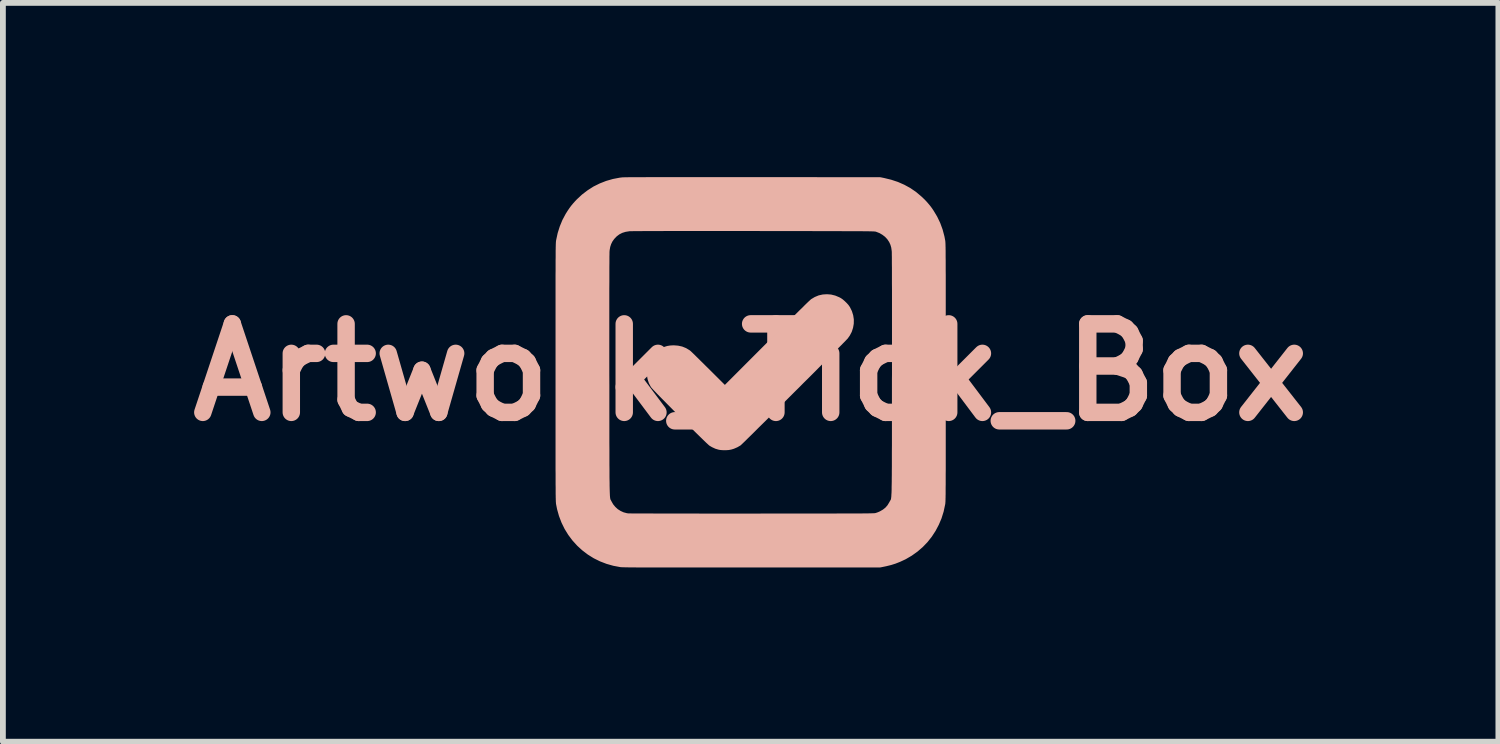
<source format=kicad_pcb>
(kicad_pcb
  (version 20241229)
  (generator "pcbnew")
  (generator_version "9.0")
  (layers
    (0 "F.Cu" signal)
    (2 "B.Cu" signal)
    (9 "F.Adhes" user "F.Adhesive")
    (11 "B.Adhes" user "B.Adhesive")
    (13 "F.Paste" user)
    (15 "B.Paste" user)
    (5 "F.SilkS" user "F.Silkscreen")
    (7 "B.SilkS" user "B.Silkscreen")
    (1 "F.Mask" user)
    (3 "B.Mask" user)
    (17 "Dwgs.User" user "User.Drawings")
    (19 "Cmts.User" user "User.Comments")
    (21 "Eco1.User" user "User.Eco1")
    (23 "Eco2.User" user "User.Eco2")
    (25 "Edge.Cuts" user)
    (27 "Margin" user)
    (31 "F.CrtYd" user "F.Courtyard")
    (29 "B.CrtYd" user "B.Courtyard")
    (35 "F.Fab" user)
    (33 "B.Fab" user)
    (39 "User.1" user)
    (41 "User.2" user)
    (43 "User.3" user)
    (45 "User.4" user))
  (footprint "Artwork_Tick_Box"
    (layer "F.Cu")
    (at 9.877 3.362)
    (property "Reference" "Artwork_Tick_Box" (at 0 0 0) (layer "B.SilkS") (effects (font (size 1.524 1.524) (thickness 0.3))))
    (attr through_hole)
    (fp_poly (pts (xy 1.727 -0.907) (xy 1.726 -0.842) (xy 1.715 -0.779) (xy 1.695 -0.717) (xy 1.664 -0.658) (xy 1.632 -0.613) (xy 1.624 -0.605) (xy 1.609 -0.589) (xy 1.588 -0.567) (xy 1.56 -0.539) (xy 1.526 -0.504) (xy 1.486 -0.464) (xy 1.441 -0.418) (xy 1.391 -0.368) (xy 1.337 -0.314) (xy 1.279 -0.256) (xy 1.218 -0.194) (xy 1.153 -0.13) (xy 1.086 -0.062) (xy 1.017 0.007) (xy 0.946 0.078) (xy 0.873 0.15) (xy 0.8 0.224) (xy 0.726 0.297) (xy 0.652 0.371) (xy 0.579 0.444) (xy 0.506 0.517) (xy 0.435 0.588) (xy 0.365 0.658) (xy 0.297 0.725) (xy 0.232 0.79) (xy 0.169 0.852) (xy 0.11 0.91) (xy 0.055 0.965) (xy 0.004 1.016) (xy -0.043 1.062) (xy -0.084 1.102) (xy -0.12 1.138) (xy -0.15 1.167) (xy -0.174 1.19) (xy -0.191 1.206) (xy -0.2 1.215) (xy -0.202 1.217) (xy -0.25 1.245) (xy -0.305 1.269) (xy -0.345 1.281) (xy -0.382 1.288) (xy -0.425 1.291) (xy -0.47 1.291) (xy -0.513 1.288) (xy -0.538 1.284) (xy -0.589 1.269) (xy -0.641 1.245) (xy -0.679 1.223) (xy -0.689 1.215) (xy -0.705 1.2) (xy -0.728 1.179) (xy -0.757 1.151) (xy -0.791 1.118) (xy -0.83 1.08) (xy -0.873 1.038) (xy -0.92 0.992) (xy -0.969 0.943) (xy -1.021 0.892) (xy -1.074 0.839) (xy -1.129 0.784) (xy -1.184 0.729) (xy -1.239 0.674) (xy -1.293 0.62) (xy -1.346 0.566) (xy -1.398 0.514) (xy -1.446 0.465) (xy -1.492 0.419) (xy -1.534 0.376) (xy -1.572 0.337) (xy -1.604 0.303) (xy -1.632 0.274) (xy -1.653 0.251) (xy -1.668 0.235) (xy -1.675 0.225) (xy -1.676 0.225) (xy -1.706 0.168) (xy -1.726 0.107) (xy -1.737 0.043) (xy -1.738 -0.026) (xy -1.731 -0.087) (xy -1.717 -0.143) (xy -1.693 -0.195) (xy -1.66 -0.245) (xy -1.617 -0.293) (xy -1.615 -0.296) (xy -1.591 -0.319) (xy -1.571 -0.336) (xy -1.552 -0.35) (xy -1.53 -0.363) (xy -1.513 -0.371) (xy -1.468 -0.392) (xy -1.425 -0.405) (xy -1.382 -0.412) (xy -1.334 -0.415) (xy -1.322 -0.415) (xy -1.257 -0.41) (xy -1.193 -0.396) (xy -1.134 -0.372) (xy -1.081 -0.34) (xy -1.074 -0.335) (xy -1.067 -0.329) (xy -1.052 -0.315) (xy -1.031 -0.295) (xy -1.004 -0.269) (xy -0.972 -0.237) (xy -0.935 -0.201) (xy -0.895 -0.161) (xy -0.851 -0.118) (xy -0.805 -0.072) (xy -0.756 -0.024) (xy -0.748 -0.016) (xy -0.444 0.287) (xy 0.295 -0.453) (xy 0.371 -0.529) (xy 0.445 -0.603) (xy 0.517 -0.675) (xy 0.587 -0.744) (xy 0.653 -0.81) (xy 0.716 -0.872) (xy 0.775 -0.931) (xy 0.83 -0.985) (xy 0.88 -1.035) (xy 0.926 -1.079) (xy 0.965 -1.119) (xy 0.999 -1.152) (xy 1.027 -1.179) (xy 1.049 -1.199) (xy 1.063 -1.212) (xy 1.069 -1.218) (xy 1.126 -1.252) (xy 1.186 -1.277) (xy 1.249 -1.291) (xy 1.314 -1.295) (xy 1.378 -1.29) (xy 1.442 -1.274) (xy 1.504 -1.248) (xy 1.527 -1.236) (xy 1.556 -1.216) (xy 1.587 -1.189) (xy 1.618 -1.159) (xy 1.645 -1.129) (xy 1.665 -1.1) (xy 1.667 -1.097) (xy 1.697 -1.036) (xy 1.717 -0.972) (xy 1.727 -0.907)) (stroke (width 0.1) (type solid)) (fill yes) (layer "B.SilkS"))
    (fp_poly (pts (xy 3.31 0) (xy 3.31 0.186) (xy 3.31 0.362) (xy 3.31 0.527) (xy 3.31 0.682) (xy 3.31 0.828) (xy 3.31 0.964) (xy 3.31 1.09) (xy 3.31 1.209) (xy 3.31 1.318) (xy 3.31 1.42) (xy 3.31 1.514) (xy 3.31 1.6) (xy 3.31 1.679) (xy 3.309 1.752) (xy 3.309 1.818) (xy 3.309 1.877) (xy 3.309 1.931) (xy 3.308 1.98) (xy 3.308 2.023) (xy 3.308 2.062) (xy 3.308 2.096) (xy 3.307 2.125) (xy 3.307 2.151) (xy 3.306 2.174) (xy 3.306 2.193) (xy 3.305 2.209) (xy 3.305 2.223) (xy 3.304 2.234) (xy 3.303 2.244) (xy 3.303 2.252) (xy 3.302 2.258) (xy 3.301 2.264) (xy 3.3 2.269) (xy 3.275 2.386) (xy 3.24 2.498) (xy 3.195 2.604) (xy 3.141 2.706) (xy 3.079 2.801) (xy 3.008 2.891) (xy 2.929 2.973) (xy 2.842 3.048) (xy 2.748 3.115) (xy 2.647 3.174) (xy 2.628 3.183) (xy 2.555 3.217) (xy 2.484 3.245) (xy 2.484 -0.878) (xy 2.484 -1.03) (xy 2.484 -1.172) (xy 2.484 -1.303) (xy 2.484 -1.424) (xy 2.483 -1.535) (xy 2.483 -1.635) (xy 2.483 -1.725) (xy 2.483 -1.806) (xy 2.482 -1.876) (xy 2.482 -1.937) (xy 2.482 -1.987) (xy 2.481 -2.029) (xy 2.481 -2.06) (xy 2.48 -2.082) (xy 2.48 -2.095) (xy 2.479 -2.096) (xy 2.47 -2.16) (xy 2.453 -2.217) (xy 2.429 -2.269) (xy 2.396 -2.318) (xy 2.391 -2.325) (xy 2.348 -2.371) (xy 2.297 -2.41) (xy 2.241 -2.443) (xy 2.182 -2.466) (xy 2.16 -2.473) (xy 2.156 -2.473) (xy 2.152 -2.474) (xy 2.145 -2.475) (xy 2.137 -2.475) (xy 2.127 -2.476) (xy 2.114 -2.477) (xy 2.098 -2.477) (xy 2.079 -2.478) (xy 2.057 -2.478) (xy 2.031 -2.479) (xy 2.001 -2.479) (xy 1.967 -2.479) (xy 1.927 -2.48) (xy 1.883 -2.48) (xy 1.833 -2.48) (xy 1.777 -2.481) (xy 1.715 -2.481) (xy 1.647 -2.481) (xy 1.572 -2.481) (xy 1.49 -2.482) (xy 1.4 -2.482) (xy 1.303 -2.482) (xy 1.197 -2.482) (xy 1.084 -2.482) (xy 0.961 -2.483) (xy 0.829 -2.483) (xy 0.688 -2.483) (xy 0.537 -2.483) (xy 0.376 -2.483) (xy 0.205 -2.483) (xy 0.044 -2.484) (xy -0.162 -2.484) (xy -0.357 -2.484) (xy -0.541 -2.484) (xy -0.715 -2.484) (xy -0.878 -2.484) (xy -1.03 -2.484) (xy -1.172 -2.484) (xy -1.303 -2.484) (xy -1.424 -2.484) (xy -1.535 -2.483) (xy -1.635 -2.483) (xy -1.725 -2.483) (xy -1.806 -2.483) (xy -1.876 -2.482) (xy -1.937 -2.482) (xy -1.987 -2.482) (xy -2.029 -2.481) (xy -2.06 -2.481) (xy -2.082 -2.48) (xy -2.095 -2.48) (xy -2.096 -2.479) (xy -2.166 -2.468) (xy -2.23 -2.448) (xy -2.287 -2.419) (xy -2.339 -2.38) (xy -2.385 -2.332) (xy -2.39 -2.326) (xy -2.424 -2.278) (xy -2.449 -2.227) (xy -2.467 -2.172) (xy -2.478 -2.11) (xy -2.479 -2.096) (xy -2.48 -2.085) (xy -2.481 -2.065) (xy -2.481 -2.035) (xy -2.482 -1.996) (xy -2.482 -1.947) (xy -2.482 -1.888) (xy -2.483 -1.819) (xy -2.483 -1.741) (xy -2.483 -1.652) (xy -2.483 -1.554) (xy -2.484 -1.445) (xy -2.484 -1.326) (xy -2.484 -1.197) (xy -2.484 -1.057) (xy -2.484 -0.907) (xy -2.484 -0.746) (xy -2.484 -0.574) (xy -2.484 -0.392) (xy -2.484 -0.199) (xy -2.484 0.006) (xy -2.484 0.044) (xy -2.483 0.226) (xy -2.483 0.398) (xy -2.483 0.559) (xy -2.483 0.71) (xy -2.483 0.851) (xy -2.483 0.983) (xy -2.483 1.106) (xy -2.483 1.22) (xy -2.482 1.326) (xy -2.482 1.424) (xy -2.482 1.514) (xy -2.482 1.596) (xy -2.481 1.672) (xy -2.481 1.741) (xy -2.481 1.803) (xy -2.48 1.86) (xy -2.479 1.911) (xy -2.479 1.956) (xy -2.478 1.997) (xy -2.477 2.032) (xy -2.476 2.064) (xy -2.475 2.091) (xy -2.474 2.114) (xy -2.473 2.135) (xy -2.471 2.152) (xy -2.47 2.166) (xy -2.468 2.178) (xy -2.466 2.188) (xy -2.464 2.197) (xy -2.462 2.204) (xy -2.46 2.209) (xy -2.458 2.215) (xy -2.455 2.219) (xy -2.452 2.224) (xy -2.449 2.229) (xy -2.446 2.235) (xy -2.442 2.242) (xy -2.442 2.243) (xy -2.409 2.301) (xy -2.367 2.352) (xy -2.319 2.396) (xy -2.264 2.431) (xy -2.205 2.458) (xy -2.141 2.475) (xy -2.112 2.479) (xy -2.103 2.479) (xy -2.084 2.479) (xy -2.054 2.48) (xy -2.015 2.48) (xy -1.966 2.48) (xy -1.908 2.481) (xy -1.841 2.481) (xy -1.766 2.481) (xy -1.683 2.481) (xy -1.593 2.482) (xy -1.495 2.482) (xy -1.39 2.482) (xy -1.28 2.482) (xy -1.163 2.482) (xy -1.041 2.482) (xy -0.913 2.482) (xy -0.781 2.483) (xy -0.644 2.483) (xy -0.504 2.483) (xy -0.359 2.483) (xy -0.212 2.483) (xy -0.061 2.483) (xy 0.028 2.483) (xy 0.209 2.482) (xy 0.38 2.482) (xy 0.54 2.482) (xy 0.69 2.482) (xy 0.831 2.482) (xy 0.962 2.482) (xy 1.084 2.482) (xy 1.198 2.482) (xy 1.303 2.482) (xy 1.4 2.482) (xy 1.489 2.481) (xy 1.571 2.481) (xy 1.646 2.481) (xy 1.714 2.481) (xy 1.775 2.481) (xy 1.831 2.48) (xy 1.881 2.48) (xy 1.925 2.48) (xy 1.964 2.479) (xy 1.999 2.479) (xy 2.029 2.479) (xy 2.055 2.478) (xy 2.077 2.478) (xy 2.096 2.477) (xy 2.112 2.477) (xy 2.125 2.476) (xy 2.135 2.476) (xy 2.144 2.475) (xy 2.151 2.474) (xy 2.156 2.473) (xy 2.16 2.473) (xy 2.161 2.472) (xy 2.184 2.465) (xy 2.212 2.455) (xy 2.239 2.443) (xy 2.25 2.438) (xy 2.307 2.405) (xy 2.356 2.366) (xy 2.397 2.319) (xy 2.431 2.263) (xy 2.438 2.25) (xy 2.442 2.242) (xy 2.446 2.236) (xy 2.449 2.231) (xy 2.452 2.226) (xy 2.455 2.221) (xy 2.458 2.216) (xy 2.46 2.21) (xy 2.462 2.204) (xy 2.465 2.196) (xy 2.467 2.186) (xy 2.468 2.175) (xy 2.47 2.161) (xy 2.472 2.145) (xy 2.473 2.126) (xy 2.474 2.104) (xy 2.476 2.078) (xy 2.477 2.048) (xy 2.478 2.014) (xy 2.478 1.975) (xy 2.479 1.931) (xy 2.48 1.883) (xy 2.48 1.828) (xy 2.481 1.768) (xy 2.481 1.701) (xy 2.482 1.628) (xy 2.482 1.548) (xy 2.482 1.46) (xy 2.482 1.365) (xy 2.483 1.262) (xy 2.483 1.151) (xy 2.483 1.032) (xy 2.483 0.903) (xy 2.483 0.765) (xy 2.483 0.618) (xy 2.483 0.46) (xy 2.483 0.293) (xy 2.483 0.114) (xy 2.484 0.044) (xy 2.484 -0.162) (xy 2.484 -0.357) (xy 2.484 -0.541) (xy 2.484 -0.715) (xy 2.484 -0.878) (xy 2.484 3.245) (xy 2.482 3.246) (xy 2.406 3.27) (xy 2.325 3.29) (xy 2.287 3.298) (xy 2.228 3.31) (xy 0.022 3.311) (xy -0.169 3.311) (xy -0.35 3.311) (xy -0.52 3.311) (xy -0.68 3.311) (xy -0.83 3.311) (xy -0.97 3.311) (xy -1.102 3.311) (xy -1.224 3.311) (xy -1.337 3.311) (xy -1.443 3.311) (xy -1.54 3.311) (xy -1.629 3.311) (xy -1.711 3.31) (xy -1.785 3.31) (xy -1.853 3.31) (xy -1.914 3.31) (xy -1.969 3.31) (xy -2.018 3.309) (xy -2.061 3.309) (xy -2.098 3.309) (xy -2.131 3.308) (xy -2.158 3.308) (xy -2.181 3.307) (xy -2.2 3.307) (xy -2.215 3.306) (xy -2.226 3.306) (xy -2.234 3.305) (xy -2.236 3.305) (xy -2.353 3.283) (xy -2.466 3.251) (xy -2.575 3.209) (xy -2.678 3.158) (xy -2.776 3.097) (xy -2.869 3.026) (xy -2.951 2.951) (xy -3.03 2.864) (xy -3.099 2.772) (xy -3.16 2.673) (xy -3.211 2.569) (xy -3.253 2.459) (xy -3.285 2.345) (xy -3.3 2.269) (xy -3.301 2.264) (xy -3.302 2.258) (xy -3.303 2.252) (xy -3.303 2.244) (xy -3.304 2.234) (xy -3.305 2.222) (xy -3.305 2.209) (xy -3.306 2.192) (xy -3.306 2.173) (xy -3.307 2.151) (xy -3.307 2.125) (xy -3.308 2.095) (xy -3.308 2.061) (xy -3.308 2.022) (xy -3.308 1.979) (xy -3.309 1.93) (xy -3.309 1.876) (xy -3.309 1.816) (xy -3.309 1.75) (xy -3.31 1.678) (xy -3.31 1.599) (xy -3.31 1.512) (xy -3.31 1.418) (xy -3.31 1.316) (xy -3.31 1.207) (xy -3.31 1.088) (xy -3.31 0.961) (xy -3.31 0.825) (xy -3.31 0.68) (xy -3.31 0.524) (xy -3.31 0.359) (xy -3.31 0.183) (xy -3.31 0) (xy -3.31 -0.186) (xy -3.31 -0.362) (xy -3.31 -0.527) (xy -3.31 -0.682) (xy -3.31 -0.828) (xy -3.31 -0.964) (xy -3.31 -1.09) (xy -3.31 -1.209) (xy -3.31 -1.318) (xy -3.31 -1.42) (xy -3.31 -1.514) (xy -3.31 -1.6) (xy -3.31 -1.679) (xy -3.309 -1.752) (xy -3.309 -1.818) (xy -3.309 -1.877) (xy -3.309 -1.931) (xy -3.308 -1.98) (xy -3.308 -2.023) (xy -3.308 -2.062) (xy -3.308 -2.096) (xy -3.307 -2.125) (xy -3.307 -2.151) (xy -3.306 -2.174) (xy -3.306 -2.193) (xy -3.305 -2.209) (xy -3.305 -2.223) (xy -3.304 -2.234) (xy -3.303 -2.244) (xy -3.303 -2.252) (xy -3.302 -2.258) (xy -3.301 -2.264) (xy -3.3 -2.269) (xy -3.275 -2.385) (xy -3.24 -2.496) (xy -3.196 -2.603) (xy -3.142 -2.704) (xy -3.11 -2.755) (xy -3.08 -2.799) (xy -3.052 -2.837) (xy -3.023 -2.872) (xy -2.991 -2.908) (xy -2.958 -2.943) (xy -2.872 -3.023) (xy -2.779 -3.094) (xy -2.682 -3.156) (xy -2.579 -3.207) (xy -2.472 -3.249) (xy -2.361 -3.281) (xy -2.246 -3.303) (xy -2.211 -3.307) (xy -2.203 -3.308) (xy -2.188 -3.308) (xy -2.166 -3.309) (xy -2.137 -3.309) (xy -2.101 -3.31) (xy -2.058 -3.31) (xy -2.006 -3.311) (xy -1.947 -3.311) (xy -1.88 -3.311) (xy -1.805 -3.311) (xy -1.722 -3.312) (xy -1.63 -3.312) (xy -1.528 -3.312) (xy -1.418 -3.312) (xy -1.299 -3.312) (xy -1.171 -3.312) (xy -1.032 -3.312) (xy -0.884 -3.312) (xy -0.726 -3.312) (xy -0.558 -3.312) (xy -0.379 -3.312) (xy -0.189 -3.312) (xy 0.011 -3.312) (xy 0.036 -3.312) (xy 2.228 -3.31) (xy 2.287 -3.298) (xy 2.406 -3.269) (xy 2.518 -3.232) (xy 2.623 -3.186) (xy 2.722 -3.132) (xy 2.816 -3.068) (xy 2.904 -2.994) (xy 2.958 -2.943) (xy 2.996 -2.903) (xy 3.027 -2.867) (xy 3.056 -2.832) (xy 3.084 -2.794) (xy 3.11 -2.755) (xy 3.168 -2.658) (xy 3.218 -2.554) (xy 3.258 -2.445) (xy 3.288 -2.332) (xy 3.3 -2.269) (xy 3.301 -2.264) (xy 3.302 -2.258) (xy 3.303 -2.252) (xy 3.303 -2.244) (xy 3.304 -2.234) (xy 3.305 -2.222) (xy 3.305 -2.209) (xy 3.306 -2.192) (xy 3.306 -2.173) (xy 3.307 -2.151) (xy 3.307 -2.125) (xy 3.308 -2.095) (xy 3.308 -2.061) (xy 3.308 -2.022) (xy 3.308 -1.979) (xy 3.309 -1.93) (xy 3.309 -1.876) (xy 3.309 -1.816) (xy 3.309 -1.75) (xy 3.31 -1.678) (xy 3.31 -1.599) (xy 3.31 -1.512) (xy 3.31 -1.418) (xy 3.31 -1.316) (xy 3.31 -1.207) (xy 3.31 -1.088) (xy 3.31 -0.961) (xy 3.31 -0.825) (xy 3.31 -0.68) (xy 3.31 -0.524) (xy 3.31 -0.359) (xy 3.31 -0.183) (xy 3.31 0)) (stroke (width 0.1) (type solid)) (fill yes) (layer "B.SilkS")))
  (gr_rect
    (start -3 -3)
    (end 22.754 9.723)
    (stroke (width 0.1) (type default))
    (fill no)
    (layer "Edge.Cuts")))
</source>
